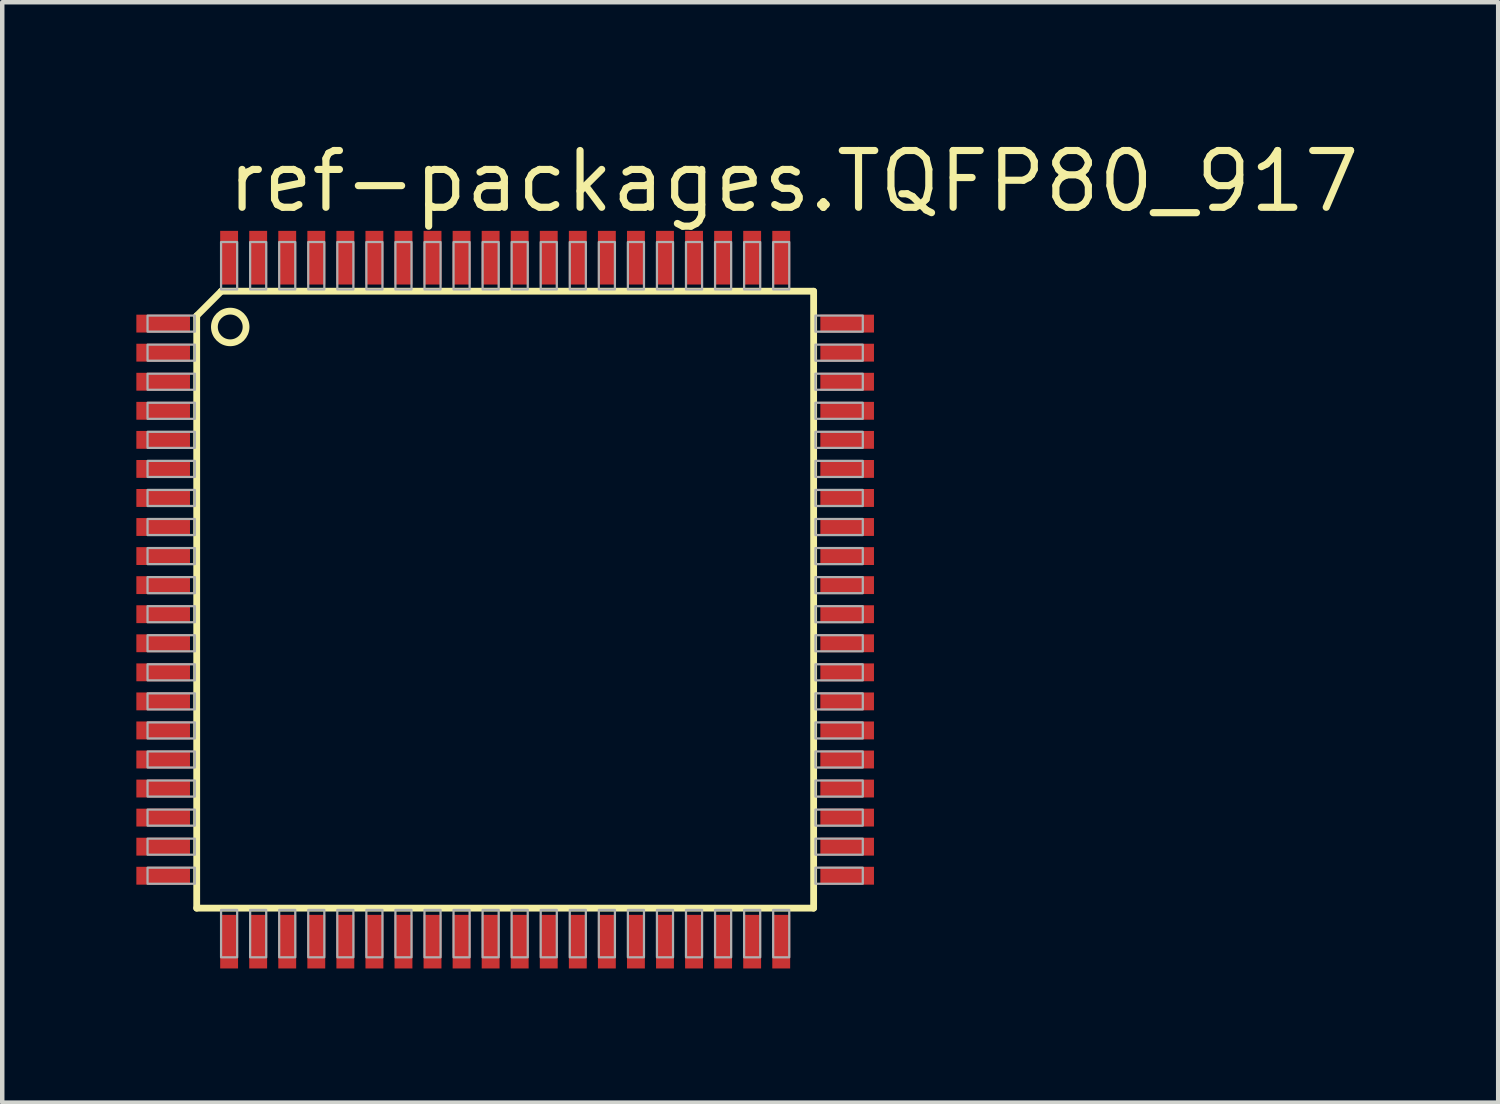
<source format=kicad_pcb>
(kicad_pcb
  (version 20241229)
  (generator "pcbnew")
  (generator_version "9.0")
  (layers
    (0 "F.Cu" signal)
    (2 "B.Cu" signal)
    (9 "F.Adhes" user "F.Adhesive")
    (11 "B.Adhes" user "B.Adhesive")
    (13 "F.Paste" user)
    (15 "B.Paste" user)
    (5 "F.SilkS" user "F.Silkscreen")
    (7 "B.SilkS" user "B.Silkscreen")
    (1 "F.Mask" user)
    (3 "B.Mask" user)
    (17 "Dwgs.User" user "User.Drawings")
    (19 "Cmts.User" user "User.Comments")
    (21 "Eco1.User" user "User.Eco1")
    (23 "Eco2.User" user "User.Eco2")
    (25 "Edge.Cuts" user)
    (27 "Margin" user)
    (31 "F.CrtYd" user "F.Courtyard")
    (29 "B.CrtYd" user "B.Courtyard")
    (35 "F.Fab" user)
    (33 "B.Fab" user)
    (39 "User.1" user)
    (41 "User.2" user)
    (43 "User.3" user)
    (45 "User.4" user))
  (footprint "ref-packages.TQFP80_917"
    (layer "F.Cu")
    (at 8.25 10.364)
    (property "Reference" "ref-packages.TQFP80_917" (at -6.292 -8.614 0) (layer "F.SilkS") (effects (font (size 1.27 1.27) (thickness 0.16)) (justify left bottom)))
    (attr smd)
    (fp_line (start -6.9 -6.35) (end -6.35 -6.9) (stroke (width 0.152) (type default)) (layer "F.SilkS"))
    (fp_line (start -6.9 6.9) (end -6.9 -6.35) (stroke (width 0.152) (type default)) (layer "F.SilkS"))
    (fp_line (start -6.35 -6.9) (end 6.9 -6.9) (stroke (width 0.152) (type default)) (layer "F.SilkS"))
    (fp_line (start 6.9 -6.9) (end 6.9 6.9) (stroke (width 0.152) (type default)) (layer "F.SilkS"))
    (fp_line (start 6.9 6.9) (end -6.9 6.9) (stroke (width 0.152) (type default)) (layer "F.SilkS"))
    (fp_circle (center -6.15 -6.1) (end -5.796 -6.1) (stroke (width 0.152) (type default)) (fill no) (layer "F.SilkS"))
    (fp_rect (start -8 -5.995) (end -6.94 -6.355) (stroke (width 0.05) (type default)) (fill no) (layer "F.Fab"))
    (fp_rect (start -8 -5.345) (end -6.94 -5.705) (stroke (width 0.05) (type default)) (fill no) (layer "F.Fab"))
    (fp_rect (start -8 -4.695) (end -6.94 -5.055) (stroke (width 0.05) (type default)) (fill no) (layer "F.Fab"))
    (fp_rect (start -8 -4.045) (end -6.94 -4.405) (stroke (width 0.05) (type default)) (fill no) (layer "F.Fab"))
    (fp_rect (start -8 -3.395) (end -6.94 -3.755) (stroke (width 0.05) (type default)) (fill no) (layer "F.Fab"))
    (fp_rect (start -8 -2.745) (end -6.94 -3.105) (stroke (width 0.05) (type default)) (fill no) (layer "F.Fab"))
    (fp_rect (start -8 -2.095) (end -6.94 -2.455) (stroke (width 0.05) (type default)) (fill no) (layer "F.Fab"))
    (fp_rect (start -8 -1.445) (end -6.94 -1.805) (stroke (width 0.05) (type default)) (fill no) (layer "F.Fab"))
    (fp_rect (start -8 -0.795) (end -6.94 -1.155) (stroke (width 0.05) (type default)) (fill no) (layer "F.Fab"))
    (fp_rect (start -8 -0.145) (end -6.94 -0.505) (stroke (width 0.05) (type default)) (fill no) (layer "F.Fab"))
    (fp_rect (start -8 0.505) (end -6.94 0.145) (stroke (width 0.05) (type default)) (fill no) (layer "F.Fab"))
    (fp_rect (start -8 1.155) (end -6.94 0.795) (stroke (width 0.05) (type default)) (fill no) (layer "F.Fab"))
    (fp_rect (start -8 1.805) (end -6.94 1.445) (stroke (width 0.05) (type default)) (fill no) (layer "F.Fab"))
    (fp_rect (start -8 2.455) (end -6.94 2.095) (stroke (width 0.05) (type default)) (fill no) (layer "F.Fab"))
    (fp_rect (start -8 3.105) (end -6.94 2.745) (stroke (width 0.05) (type default)) (fill no) (layer "F.Fab"))
    (fp_rect (start -8 3.755) (end -6.94 3.395) (stroke (width 0.05) (type default)) (fill no) (layer "F.Fab"))
    (fp_rect (start -8 4.405) (end -6.94 4.045) (stroke (width 0.05) (type default)) (fill no) (layer "F.Fab"))
    (fp_rect (start -8 5.055) (end -6.94 4.695) (stroke (width 0.05) (type default)) (fill no) (layer "F.Fab"))
    (fp_rect (start -8 5.705) (end -6.94 5.345) (stroke (width 0.05) (type default)) (fill no) (layer "F.Fab"))
    (fp_rect (start -8 6.355) (end -6.94 5.995) (stroke (width 0.05) (type default)) (fill no) (layer "F.Fab"))
    (fp_rect (start -6.355 -6.94) (end -5.995 -8) (stroke (width 0.05) (type default)) (fill no) (layer "F.Fab"))
    (fp_rect (start -6.355 8) (end -5.995 6.94) (stroke (width 0.05) (type default)) (fill no) (layer "F.Fab"))
    (fp_rect (start -5.705 -6.94) (end -5.345 -8) (stroke (width 0.05) (type default)) (fill no) (layer "F.Fab"))
    (fp_rect (start -5.705 8) (end -5.345 6.94) (stroke (width 0.05) (type default)) (fill no) (layer "F.Fab"))
    (fp_rect (start -5.055 -6.94) (end -4.695 -8) (stroke (width 0.05) (type default)) (fill no) (layer "F.Fab"))
    (fp_rect (start -5.055 8) (end -4.695 6.94) (stroke (width 0.05) (type default)) (fill no) (layer "F.Fab"))
    (fp_rect (start -4.405 -6.94) (end -4.045 -8) (stroke (width 0.05) (type default)) (fill no) (layer "F.Fab"))
    (fp_rect (start -4.405 8) (end -4.045 6.94) (stroke (width 0.05) (type default)) (fill no) (layer "F.Fab"))
    (fp_rect (start -3.755 -6.94) (end -3.395 -8) (stroke (width 0.05) (type default)) (fill no) (layer "F.Fab"))
    (fp_rect (start -3.755 8) (end -3.395 6.94) (stroke (width 0.05) (type default)) (fill no) (layer "F.Fab"))
    (fp_rect (start -3.105 -6.94) (end -2.745 -8) (stroke (width 0.05) (type default)) (fill no) (layer "F.Fab"))
    (fp_rect (start -3.105 8) (end -2.745 6.94) (stroke (width 0.05) (type default)) (fill no) (layer "F.Fab"))
    (fp_rect (start -2.455 -6.94) (end -2.095 -8) (stroke (width 0.05) (type default)) (fill no) (layer "F.Fab"))
    (fp_rect (start -2.455 8) (end -2.095 6.94) (stroke (width 0.05) (type default)) (fill no) (layer "F.Fab"))
    (fp_rect (start -1.805 -6.94) (end -1.445 -8) (stroke (width 0.05) (type default)) (fill no) (layer "F.Fab"))
    (fp_rect (start -1.805 8) (end -1.445 6.94) (stroke (width 0.05) (type default)) (fill no) (layer "F.Fab"))
    (fp_rect (start -1.155 -6.94) (end -0.795 -8) (stroke (width 0.05) (type default)) (fill no) (layer "F.Fab"))
    (fp_rect (start -1.155 8) (end -0.795 6.94) (stroke (width 0.05) (type default)) (fill no) (layer "F.Fab"))
    (fp_rect (start -0.505 -6.94) (end -0.145 -8) (stroke (width 0.05) (type default)) (fill no) (layer "F.Fab"))
    (fp_rect (start -0.505 8) (end -0.145 6.94) (stroke (width 0.05) (type default)) (fill no) (layer "F.Fab"))
    (fp_rect (start 0.145 -6.94) (end 0.505 -8) (stroke (width 0.05) (type default)) (fill no) (layer "F.Fab"))
    (fp_rect (start 0.145 8) (end 0.505 6.94) (stroke (width 0.05) (type default)) (fill no) (layer "F.Fab"))
    (fp_rect (start 0.795 -6.94) (end 1.155 -8) (stroke (width 0.05) (type default)) (fill no) (layer "F.Fab"))
    (fp_rect (start 0.795 8) (end 1.155 6.94) (stroke (width 0.05) (type default)) (fill no) (layer "F.Fab"))
    (fp_rect (start 1.445 -6.94) (end 1.805 -8) (stroke (width 0.05) (type default)) (fill no) (layer "F.Fab"))
    (fp_rect (start 1.445 8) (end 1.805 6.94) (stroke (width 0.05) (type default)) (fill no) (layer "F.Fab"))
    (fp_rect (start 2.095 -6.94) (end 2.455 -8) (stroke (width 0.05) (type default)) (fill no) (layer "F.Fab"))
    (fp_rect (start 2.095 8) (end 2.455 6.94) (stroke (width 0.05) (type default)) (fill no) (layer "F.Fab"))
    (fp_rect (start 2.745 -6.94) (end 3.105 -8) (stroke (width 0.05) (type default)) (fill no) (layer "F.Fab"))
    (fp_rect (start 2.745 8) (end 3.105 6.94) (stroke (width 0.05) (type default)) (fill no) (layer "F.Fab"))
    (fp_rect (start 3.395 -6.94) (end 3.755 -8) (stroke (width 0.05) (type default)) (fill no) (layer "F.Fab"))
    (fp_rect (start 3.395 8) (end 3.755 6.94) (stroke (width 0.05) (type default)) (fill no) (layer "F.Fab"))
    (fp_rect (start 4.045 -6.94) (end 4.405 -8) (stroke (width 0.05) (type default)) (fill no) (layer "F.Fab"))
    (fp_rect (start 4.045 8) (end 4.405 6.94) (stroke (width 0.05) (type default)) (fill no) (layer "F.Fab"))
    (fp_rect (start 4.695 -6.94) (end 5.055 -8) (stroke (width 0.05) (type default)) (fill no) (layer "F.Fab"))
    (fp_rect (start 4.695 8) (end 5.055 6.94) (stroke (width 0.05) (type default)) (fill no) (layer "F.Fab"))
    (fp_rect (start 5.345 -6.94) (end 5.705 -8) (stroke (width 0.05) (type default)) (fill no) (layer "F.Fab"))
    (fp_rect (start 5.345 8) (end 5.705 6.94) (stroke (width 0.05) (type default)) (fill no) (layer "F.Fab"))
    (fp_rect (start 5.995 -6.94) (end 6.355 -8) (stroke (width 0.05) (type default)) (fill no) (layer "F.Fab"))
    (fp_rect (start 5.995 8) (end 6.355 6.94) (stroke (width 0.05) (type default)) (fill no) (layer "F.Fab"))
    (fp_rect (start 6.94 -5.995) (end 8 -6.355) (stroke (width 0.05) (type default)) (fill no) (layer "F.Fab"))
    (fp_rect (start 6.94 -5.345) (end 8 -5.705) (stroke (width 0.05) (type default)) (fill no) (layer "F.Fab"))
    (fp_rect (start 6.94 -4.695) (end 8 -5.055) (stroke (width 0.05) (type default)) (fill no) (layer "F.Fab"))
    (fp_rect (start 6.94 -4.045) (end 8 -4.405) (stroke (width 0.05) (type default)) (fill no) (layer "F.Fab"))
    (fp_rect (start 6.94 -3.395) (end 8 -3.755) (stroke (width 0.05) (type default)) (fill no) (layer "F.Fab"))
    (fp_rect (start 6.94 -2.745) (end 8 -3.105) (stroke (width 0.05) (type default)) (fill no) (layer "F.Fab"))
    (fp_rect (start 6.94 -2.095) (end 8 -2.455) (stroke (width 0.05) (type default)) (fill no) (layer "F.Fab"))
    (fp_rect (start 6.94 -1.445) (end 8 -1.805) (stroke (width 0.05) (type default)) (fill no) (layer "F.Fab"))
    (fp_rect (start 6.94 -0.795) (end 8 -1.155) (stroke (width 0.05) (type default)) (fill no) (layer "F.Fab"))
    (fp_rect (start 6.94 -0.145) (end 8 -0.505) (stroke (width 0.05) (type default)) (fill no) (layer "F.Fab"))
    (fp_rect (start 6.94 0.505) (end 8 0.145) (stroke (width 0.05) (type default)) (fill no) (layer "F.Fab"))
    (fp_rect (start 6.94 1.155) (end 8 0.795) (stroke (width 0.05) (type default)) (fill no) (layer "F.Fab"))
    (fp_rect (start 6.94 1.805) (end 8 1.445) (stroke (width 0.05) (type default)) (fill no) (layer "F.Fab"))
    (fp_rect (start 6.94 2.455) (end 8 2.095) (stroke (width 0.05) (type default)) (fill no) (layer "F.Fab"))
    (fp_rect (start 6.94 3.105) (end 8 2.745) (stroke (width 0.05) (type default)) (fill no) (layer "F.Fab"))
    (fp_rect (start 6.94 3.755) (end 8 3.395) (stroke (width 0.05) (type default)) (fill no) (layer "F.Fab"))
    (fp_rect (start 6.94 4.405) (end 8 4.045) (stroke (width 0.05) (type default)) (fill no) (layer "F.Fab"))
    (fp_rect (start 6.94 5.055) (end 8 4.695) (stroke (width 0.05) (type default)) (fill no) (layer "F.Fab"))
    (fp_rect (start 6.94 5.705) (end 8 5.345) (stroke (width 0.05) (type default)) (fill no) (layer "F.Fab"))
    (fp_rect (start 6.94 6.355) (end 8 5.995) (stroke (width 0.05) (type default)) (fill no) (layer "F.Fab"))
    (pad "1" smd roundrect (at -7.65 -6.175) (size 1.2 0.4) (layers "F.Cu" "F.Mask" "F.Paste") (roundrect_rratio 0.01))
    (pad "2" smd roundrect (at -7.65 -5.525) (size 1.2 0.4) (layers "F.Cu" "F.Mask" "F.Paste") (roundrect_rratio 0.01))
    (pad "3" smd roundrect (at -7.65 -4.875) (size 1.2 0.4) (layers "F.Cu" "F.Mask" "F.Paste") (roundrect_rratio 0.01))
    (pad "4" smd roundrect (at -7.65 -4.225) (size 1.2 0.4) (layers "F.Cu" "F.Mask" "F.Paste") (roundrect_rratio 0.01))
    (pad "5" smd roundrect (at -7.65 -3.575) (size 1.2 0.4) (layers "F.Cu" "F.Mask" "F.Paste") (roundrect_rratio 0.01))
    (pad "6" smd roundrect (at -7.65 -2.925) (size 1.2 0.4) (layers "F.Cu" "F.Mask" "F.Paste") (roundrect_rratio 0.01))
    (pad "7" smd roundrect (at -7.65 -2.275) (size 1.2 0.4) (layers "F.Cu" "F.Mask" "F.Paste") (roundrect_rratio 0.01))
    (pad "8" smd roundrect (at -7.65 -1.625) (size 1.2 0.4) (layers "F.Cu" "F.Mask" "F.Paste") (roundrect_rratio 0.01))
    (pad "9" smd roundrect (at -7.65 -0.975) (size 1.2 0.4) (layers "F.Cu" "F.Mask" "F.Paste") (roundrect_rratio 0.01))
    (pad "10" smd roundrect (at -7.65 -0.325) (size 1.2 0.4) (layers "F.Cu" "F.Mask" "F.Paste") (roundrect_rratio 0.01))
    (pad "11" smd roundrect (at -7.65 0.325) (size 1.2 0.4) (layers "F.Cu" "F.Mask" "F.Paste") (roundrect_rratio 0.01))
    (pad "12" smd roundrect (at -7.65 0.975) (size 1.2 0.4) (layers "F.Cu" "F.Mask" "F.Paste") (roundrect_rratio 0.01))
    (pad "13" smd roundrect (at -7.65 1.625) (size 1.2 0.4) (layers "F.Cu" "F.Mask" "F.Paste") (roundrect_rratio 0.01))
    (pad "14" smd roundrect (at -7.65 2.275) (size 1.2 0.4) (layers "F.Cu" "F.Mask" "F.Paste") (roundrect_rratio 0.01))
    (pad "15" smd roundrect (at -7.65 2.925) (size 1.2 0.4) (layers "F.Cu" "F.Mask" "F.Paste") (roundrect_rratio 0.01))
    (pad "16" smd roundrect (at -7.65 3.575) (size 1.2 0.4) (layers "F.Cu" "F.Mask" "F.Paste") (roundrect_rratio 0.01))
    (pad "17" smd roundrect (at -7.65 4.225) (size 1.2 0.4) (layers "F.Cu" "F.Mask" "F.Paste") (roundrect_rratio 0.01))
    (pad "18" smd roundrect (at -7.65 4.875) (size 1.2 0.4) (layers "F.Cu" "F.Mask" "F.Paste") (roundrect_rratio 0.01))
    (pad "19" smd roundrect (at -7.65 5.525) (size 1.2 0.4) (layers "F.Cu" "F.Mask" "F.Paste") (roundrect_rratio 0.01))
    (pad "20" smd roundrect (at -7.65 6.175) (size 1.2 0.4) (layers "F.Cu" "F.Mask" "F.Paste") (roundrect_rratio 0.01))
    (pad "21" smd roundrect (at -6.175 7.65) (size 0.4 1.2) (layers "F.Cu" "F.Mask" "F.Paste") (roundrect_rratio 0.01))
    (pad "22" smd roundrect (at -5.525 7.65) (size 0.4 1.2) (layers "F.Cu" "F.Mask" "F.Paste") (roundrect_rratio 0.01))
    (pad "23" smd roundrect (at -4.875 7.65) (size 0.4 1.2) (layers "F.Cu" "F.Mask" "F.Paste") (roundrect_rratio 0.01))
    (pad "24" smd roundrect (at -4.225 7.65) (size 0.4 1.2) (layers "F.Cu" "F.Mask" "F.Paste") (roundrect_rratio 0.01))
    (pad "25" smd roundrect (at -3.575 7.65) (size 0.4 1.2) (layers "F.Cu" "F.Mask" "F.Paste") (roundrect_rratio 0.01))
    (pad "26" smd roundrect (at -2.925 7.65) (size 0.4 1.2) (layers "F.Cu" "F.Mask" "F.Paste") (roundrect_rratio 0.01))
    (pad "27" smd roundrect (at -2.275 7.65) (size 0.4 1.2) (layers "F.Cu" "F.Mask" "F.Paste") (roundrect_rratio 0.01))
    (pad "28" smd roundrect (at -1.625 7.65) (size 0.4 1.2) (layers "F.Cu" "F.Mask" "F.Paste") (roundrect_rratio 0.01))
    (pad "29" smd roundrect (at -0.975 7.65) (size 0.4 1.2) (layers "F.Cu" "F.Mask" "F.Paste") (roundrect_rratio 0.01))
    (pad "30" smd roundrect (at -0.325 7.65) (size 0.4 1.2) (layers "F.Cu" "F.Mask" "F.Paste") (roundrect_rratio 0.01))
    (pad "31" smd roundrect (at 0.325 7.65) (size 0.4 1.2) (layers "F.Cu" "F.Mask" "F.Paste") (roundrect_rratio 0.01))
    (pad "32" smd roundrect (at 0.975 7.65) (size 0.4 1.2) (layers "F.Cu" "F.Mask" "F.Paste") (roundrect_rratio 0.01))
    (pad "33" smd roundrect (at 1.625 7.65) (size 0.4 1.2) (layers "F.Cu" "F.Mask" "F.Paste") (roundrect_rratio 0.01))
    (pad "34" smd roundrect (at 2.275 7.65) (size 0.4 1.2) (layers "F.Cu" "F.Mask" "F.Paste") (roundrect_rratio 0.01))
    (pad "35" smd roundrect (at 2.925 7.65) (size 0.4 1.2) (layers "F.Cu" "F.Mask" "F.Paste") (roundrect_rratio 0.01))
    (pad "36" smd roundrect (at 3.575 7.65) (size 0.4 1.2) (layers "F.Cu" "F.Mask" "F.Paste") (roundrect_rratio 0.01))
    (pad "37" smd roundrect (at 4.225 7.65) (size 0.4 1.2) (layers "F.Cu" "F.Mask" "F.Paste") (roundrect_rratio 0.01))
    (pad "38" smd roundrect (at 4.875 7.65) (size 0.4 1.2) (layers "F.Cu" "F.Mask" "F.Paste") (roundrect_rratio 0.01))
    (pad "39" smd roundrect (at 5.525 7.65) (size 0.4 1.2) (layers "F.Cu" "F.Mask" "F.Paste") (roundrect_rratio 0.01))
    (pad "40" smd roundrect (at 6.175 7.65) (size 0.4 1.2) (layers "F.Cu" "F.Mask" "F.Paste") (roundrect_rratio 0.01))
    (pad "41" smd roundrect (at 7.65 6.175) (size 1.2 0.4) (layers "F.Cu" "F.Mask" "F.Paste") (roundrect_rratio 0.01))
    (pad "42" smd roundrect (at 7.65 5.525) (size 1.2 0.4) (layers "F.Cu" "F.Mask" "F.Paste") (roundrect_rratio 0.01))
    (pad "43" smd roundrect (at 7.65 4.875) (size 1.2 0.4) (layers "F.Cu" "F.Mask" "F.Paste") (roundrect_rratio 0.01))
    (pad "44" smd roundrect (at 7.65 4.225) (size 1.2 0.4) (layers "F.Cu" "F.Mask" "F.Paste") (roundrect_rratio 0.01))
    (pad "45" smd roundrect (at 7.65 3.575) (size 1.2 0.4) (layers "F.Cu" "F.Mask" "F.Paste") (roundrect_rratio 0.01))
    (pad "46" smd roundrect (at 7.65 2.925) (size 1.2 0.4) (layers "F.Cu" "F.Mask" "F.Paste") (roundrect_rratio 0.01))
    (pad "47" smd roundrect (at 7.65 2.275) (size 1.2 0.4) (layers "F.Cu" "F.Mask" "F.Paste") (roundrect_rratio 0.01))
    (pad "48" smd roundrect (at 7.65 1.625) (size 1.2 0.4) (layers "F.Cu" "F.Mask" "F.Paste") (roundrect_rratio 0.01))
    (pad "49" smd roundrect (at 7.65 0.975) (size 1.2 0.4) (layers "F.Cu" "F.Mask" "F.Paste") (roundrect_rratio 0.01))
    (pad "50" smd roundrect (at 7.65 0.325) (size 1.2 0.4) (layers "F.Cu" "F.Mask" "F.Paste") (roundrect_rratio 0.01))
    (pad "51" smd roundrect (at 7.65 -0.325) (size 1.2 0.4) (layers "F.Cu" "F.Mask" "F.Paste") (roundrect_rratio 0.01))
    (pad "52" smd roundrect (at 7.65 -0.975) (size 1.2 0.4) (layers "F.Cu" "F.Mask" "F.Paste") (roundrect_rratio 0.01))
    (pad "53" smd roundrect (at 7.65 -1.625) (size 1.2 0.4) (layers "F.Cu" "F.Mask" "F.Paste") (roundrect_rratio 0.01))
    (pad "54" smd roundrect (at 7.65 -2.275) (size 1.2 0.4) (layers "F.Cu" "F.Mask" "F.Paste") (roundrect_rratio 0.01))
    (pad "55" smd roundrect (at 7.65 -2.925) (size 1.2 0.4) (layers "F.Cu" "F.Mask" "F.Paste") (roundrect_rratio 0.01))
    (pad "56" smd roundrect (at 7.65 -3.575) (size 1.2 0.4) (layers "F.Cu" "F.Mask" "F.Paste") (roundrect_rratio 0.01))
    (pad "57" smd roundrect (at 7.65 -4.225) (size 1.2 0.4) (layers "F.Cu" "F.Mask" "F.Paste") (roundrect_rratio 0.01))
    (pad "58" smd roundrect (at 7.65 -4.875) (size 1.2 0.4) (layers "F.Cu" "F.Mask" "F.Paste") (roundrect_rratio 0.01))
    (pad "59" smd roundrect (at 7.65 -5.525) (size 1.2 0.4) (layers "F.Cu" "F.Mask" "F.Paste") (roundrect_rratio 0.01))
    (pad "60" smd roundrect (at 7.65 -6.175) (size 1.2 0.4) (layers "F.Cu" "F.Mask" "F.Paste") (roundrect_rratio 0.01))
    (pad "61" smd roundrect (at 6.175 -7.65) (size 0.4 1.2) (layers "F.Cu" "F.Mask" "F.Paste") (roundrect_rratio 0.01))
    (pad "62" smd roundrect (at 5.525 -7.65) (size 0.4 1.2) (layers "F.Cu" "F.Mask" "F.Paste") (roundrect_rratio 0.01))
    (pad "63" smd roundrect (at 4.875 -7.65) (size 0.4 1.2) (layers "F.Cu" "F.Mask" "F.Paste") (roundrect_rratio 0.01))
    (pad "64" smd roundrect (at 4.225 -7.65) (size 0.4 1.2) (layers "F.Cu" "F.Mask" "F.Paste") (roundrect_rratio 0.01))
    (pad "65" smd roundrect (at 3.575 -7.65) (size 0.4 1.2) (layers "F.Cu" "F.Mask" "F.Paste") (roundrect_rratio 0.01))
    (pad "66" smd roundrect (at 2.925 -7.65) (size 0.4 1.2) (layers "F.Cu" "F.Mask" "F.Paste") (roundrect_rratio 0.01))
    (pad "67" smd roundrect (at 2.275 -7.65) (size 0.4 1.2) (layers "F.Cu" "F.Mask" "F.Paste") (roundrect_rratio 0.01))
    (pad "68" smd roundrect (at 1.625 -7.65) (size 0.4 1.2) (layers "F.Cu" "F.Mask" "F.Paste") (roundrect_rratio 0.01))
    (pad "69" smd roundrect (at 0.975 -7.65) (size 0.4 1.2) (layers "F.Cu" "F.Mask" "F.Paste") (roundrect_rratio 0.01))
    (pad "70" smd roundrect (at 0.325 -7.65) (size 0.4 1.2) (layers "F.Cu" "F.Mask" "F.Paste") (roundrect_rratio 0.01))
    (pad "71" smd roundrect (at -0.325 -7.65) (size 0.4 1.2) (layers "F.Cu" "F.Mask" "F.Paste") (roundrect_rratio 0.01))
    (pad "72" smd roundrect (at -0.975 -7.65) (size 0.4 1.2) (layers "F.Cu" "F.Mask" "F.Paste") (roundrect_rratio 0.01))
    (pad "73" smd roundrect (at -1.625 -7.65) (size 0.4 1.2) (layers "F.Cu" "F.Mask" "F.Paste") (roundrect_rratio 0.01))
    (pad "74" smd roundrect (at -2.275 -7.65) (size 0.4 1.2) (layers "F.Cu" "F.Mask" "F.Paste") (roundrect_rratio 0.01))
    (pad "75" smd roundrect (at -2.925 -7.65) (size 0.4 1.2) (layers "F.Cu" "F.Mask" "F.Paste") (roundrect_rratio 0.01))
    (pad "76" smd roundrect (at -3.575 -7.65) (size 0.4 1.2) (layers "F.Cu" "F.Mask" "F.Paste") (roundrect_rratio 0.01))
    (pad "77" smd roundrect (at -4.225 -7.65) (size 0.4 1.2) (layers "F.Cu" "F.Mask" "F.Paste") (roundrect_rratio 0.01))
    (pad "78" smd roundrect (at -4.875 -7.65) (size 0.4 1.2) (layers "F.Cu" "F.Mask" "F.Paste") (roundrect_rratio 0.01))
    (pad "79" smd roundrect (at -5.525 -7.65) (size 0.4 1.2) (layers "F.Cu" "F.Mask" "F.Paste") (roundrect_rratio 0.01))
    (pad "80" smd roundrect (at -6.175 -7.65) (size 0.4 1.2) (layers "F.Cu" "F.Mask" "F.Paste") (roundrect_rratio 0.01)))
  (gr_rect
    (start -3 -3)
    (end 30.463 21.614)
    (stroke (width 0.1) (type default))
    (fill no)
    (layer "Edge.Cuts")))
</source>
